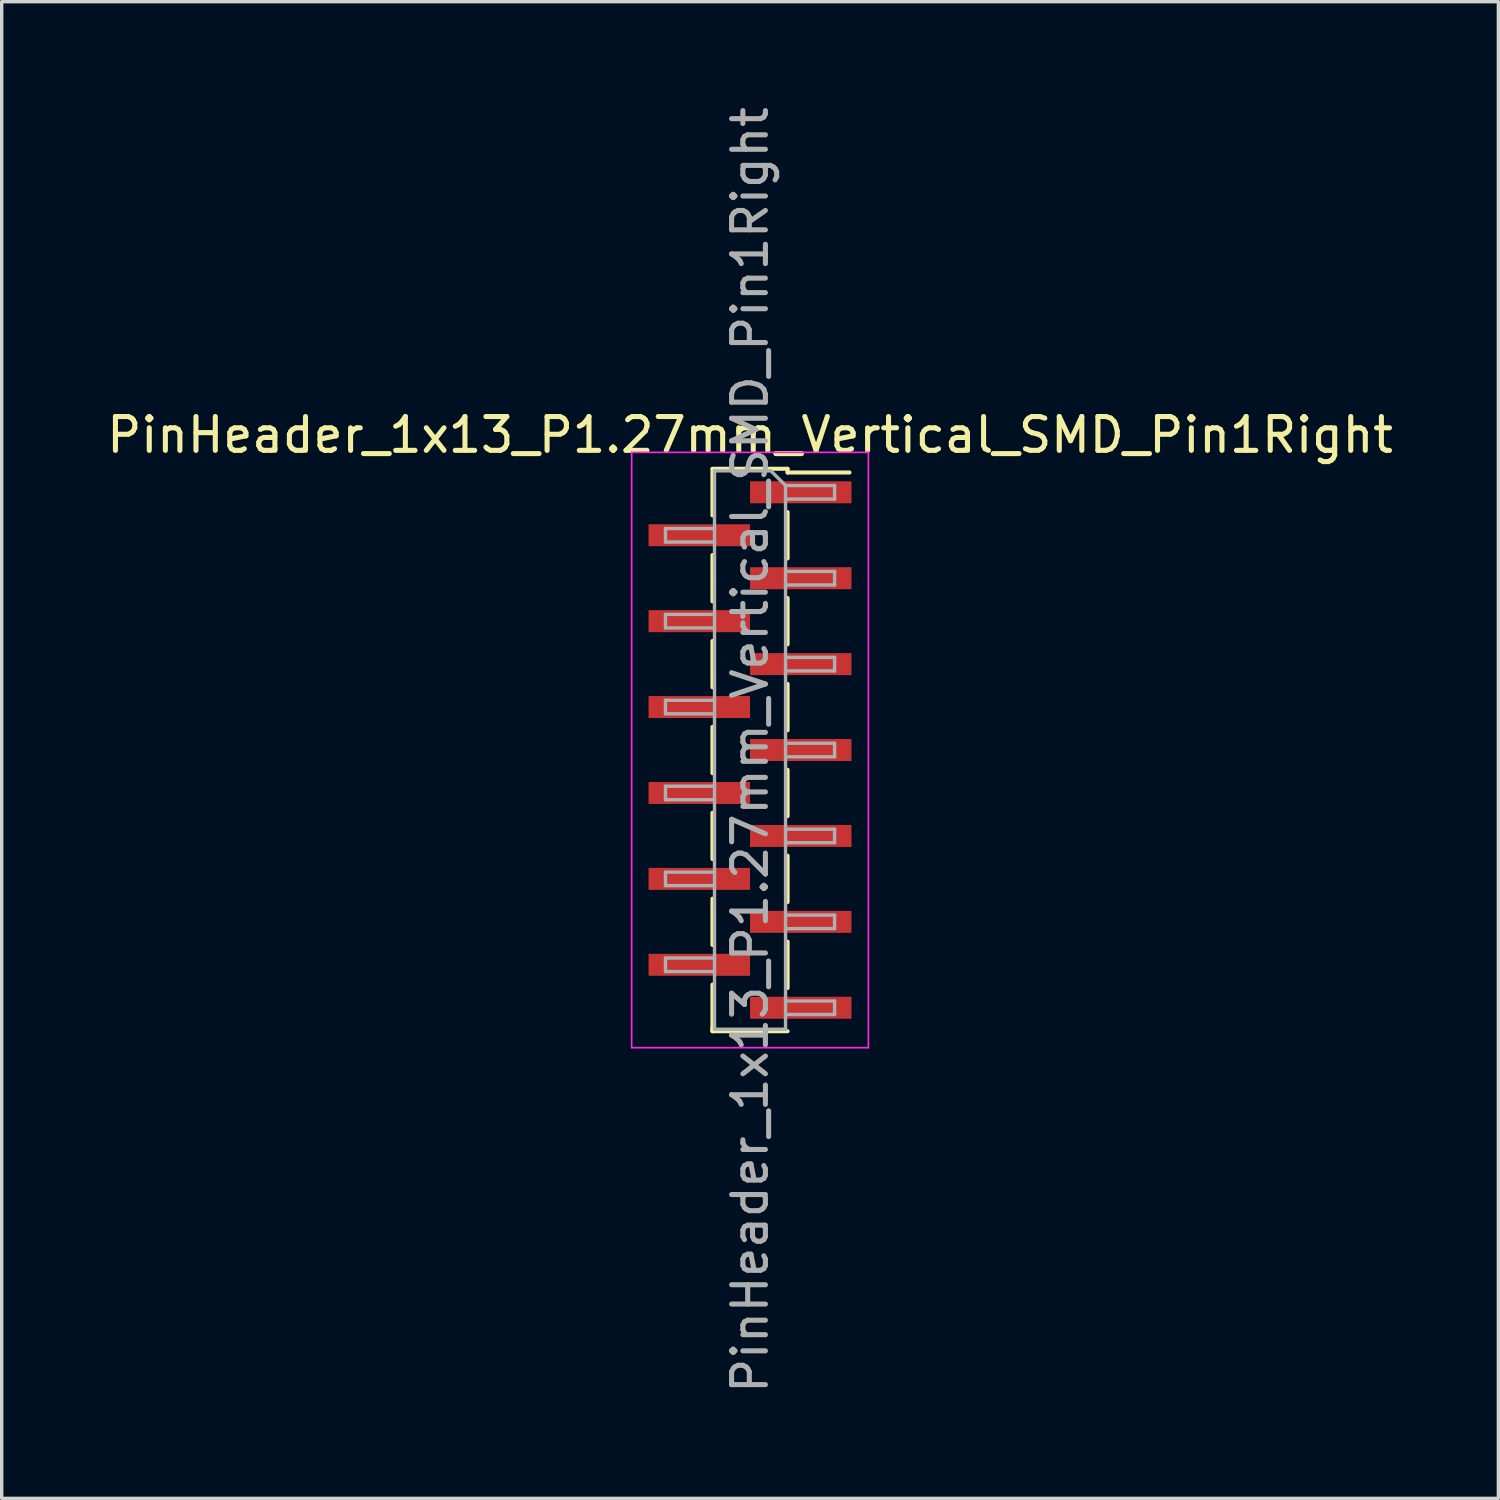
<source format=kicad_pcb>
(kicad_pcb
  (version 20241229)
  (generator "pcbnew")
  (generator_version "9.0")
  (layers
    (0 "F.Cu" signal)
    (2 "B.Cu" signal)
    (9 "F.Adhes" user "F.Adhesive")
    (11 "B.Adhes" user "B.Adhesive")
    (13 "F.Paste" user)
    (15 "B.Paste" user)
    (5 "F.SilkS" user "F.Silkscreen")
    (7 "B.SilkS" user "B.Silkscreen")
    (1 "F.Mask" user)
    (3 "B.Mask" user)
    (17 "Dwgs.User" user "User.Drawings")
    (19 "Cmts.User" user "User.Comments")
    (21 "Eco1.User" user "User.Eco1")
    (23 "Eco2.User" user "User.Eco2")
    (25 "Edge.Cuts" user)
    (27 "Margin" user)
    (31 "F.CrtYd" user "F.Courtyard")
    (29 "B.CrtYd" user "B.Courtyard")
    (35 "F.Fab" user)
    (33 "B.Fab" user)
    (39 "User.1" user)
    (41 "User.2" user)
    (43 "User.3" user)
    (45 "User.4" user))
  (footprint "PinHeader_1x13_P1.27mm_Vertical_SMD_Pin1Right"
    (layer "F.Cu")
    (at 19.125 19.125)
    (property "Reference" "PinHeader_1x13_P1.27mm_Vertical_SMD_Pin1Right" (at 0 -9.315 0) (layer "F.SilkS") (effects (font (size 1 1) (thickness 0.15))))
    (attr smd)
    (fp_line (start -1.11 -8.315) (end 1.11 -8.315) (stroke (width 0.12) (type solid)) (layer "F.SilkS"))
    (fp_line (start -1.11 -8.305) (end -1.11 -6.935) (stroke (width 0.12) (type solid)) (layer "F.SilkS"))
    (fp_line (start -1.11 -5.765) (end -1.11 -4.395) (stroke (width 0.12) (type solid)) (layer "F.SilkS"))
    (fp_line (start -1.11 -3.225) (end -1.11 -1.855) (stroke (width 0.12) (type solid)) (layer "F.SilkS"))
    (fp_line (start -1.11 -0.685) (end -1.11 0.685) (stroke (width 0.12) (type solid)) (layer "F.SilkS"))
    (fp_line (start -1.11 1.855) (end -1.11 3.225) (stroke (width 0.12) (type solid)) (layer "F.SilkS"))
    (fp_line (start -1.11 4.395) (end -1.11 5.765) (stroke (width 0.12) (type solid)) (layer "F.SilkS"))
    (fp_line (start -1.11 6.935) (end -1.11 8.305) (stroke (width 0.12) (type solid)) (layer "F.SilkS"))
    (fp_line (start -1.11 8.205) (end -1.11 8.315) (stroke (width 0.12) (type solid)) (layer "F.SilkS"))
    (fp_line (start -1.11 8.315) (end 1.11 8.315) (stroke (width 0.12) (type solid)) (layer "F.SilkS"))
    (fp_line (start 1.11 -8.315) (end 1.11 -8.205) (stroke (width 0.12) (type solid)) (layer "F.SilkS"))
    (fp_line (start 1.11 -8.205) (end 2.94 -8.205) (stroke (width 0.12) (type solid)) (layer "F.SilkS"))
    (fp_line (start 1.11 -7.035) (end 1.11 -5.665) (stroke (width 0.12) (type solid)) (layer "F.SilkS"))
    (fp_line (start 1.11 -4.495) (end 1.11 -3.125) (stroke (width 0.12) (type solid)) (layer "F.SilkS"))
    (fp_line (start 1.11 -1.955) (end 1.11 -0.585) (stroke (width 0.12) (type solid)) (layer "F.SilkS"))
    (fp_line (start 1.11 0.585) (end 1.11 1.955) (stroke (width 0.12) (type solid)) (layer "F.SilkS"))
    (fp_line (start 1.11 3.125) (end 1.11 4.495) (stroke (width 0.12) (type solid)) (layer "F.SilkS"))
    (fp_line (start 1.11 5.665) (end 1.11 7.035) (stroke (width 0.12) (type solid)) (layer "F.SilkS"))
    (fp_line (start -3.5 -8.8) (end -3.5 8.8) (stroke (width 0.05) (type solid)) (layer "F.CrtYd"))
    (fp_line (start -3.5 8.8) (end 3.5 8.8) (stroke (width 0.05) (type solid)) (layer "F.CrtYd"))
    (fp_line (start 3.5 -8.8) (end -3.5 -8.8) (stroke (width 0.05) (type solid)) (layer "F.CrtYd"))
    (fp_line (start 3.5 8.8) (end 3.5 -8.8) (stroke (width 0.05) (type solid)) (layer "F.CrtYd"))
    (fp_line (start -2.5 -6.55) (end -2.5 -6.15) (stroke (width 0.1) (type solid)) (layer "F.Fab"))
    (fp_line (start -2.5 -6.15) (end -1.05 -6.15) (stroke (width 0.1) (type solid)) (layer "F.Fab"))
    (fp_line (start -2.5 -4.01) (end -2.5 -3.61) (stroke (width 0.1) (type solid)) (layer "F.Fab"))
    (fp_line (start -2.5 -3.61) (end -1.05 -3.61) (stroke (width 0.1) (type solid)) (layer "F.Fab"))
    (fp_line (start -2.5 -1.47) (end -2.5 -1.07) (stroke (width 0.1) (type solid)) (layer "F.Fab"))
    (fp_line (start -2.5 -1.07) (end -1.05 -1.07) (stroke (width 0.1) (type solid)) (layer "F.Fab"))
    (fp_line (start -2.5 1.07) (end -2.5 1.47) (stroke (width 0.1) (type solid)) (layer "F.Fab"))
    (fp_line (start -2.5 1.47) (end -1.05 1.47) (stroke (width 0.1) (type solid)) (layer "F.Fab"))
    (fp_line (start -2.5 3.61) (end -2.5 4.01) (stroke (width 0.1) (type solid)) (layer "F.Fab"))
    (fp_line (start -2.5 4.01) (end -1.05 4.01) (stroke (width 0.1) (type solid)) (layer "F.Fab"))
    (fp_line (start -2.5 6.15) (end -2.5 6.55) (stroke (width 0.1) (type solid)) (layer "F.Fab"))
    (fp_line (start -2.5 6.55) (end -1.05 6.55) (stroke (width 0.1) (type solid)) (layer "F.Fab"))
    (fp_line (start -1.05 -8.255) (end -1.05 8.255) (stroke (width 0.1) (type solid)) (layer "F.Fab"))
    (fp_line (start -1.05 -8.255) (end 0.615 -8.255) (stroke (width 0.1) (type solid)) (layer "F.Fab"))
    (fp_line (start -1.05 -6.55) (end -2.5 -6.55) (stroke (width 0.1) (type solid)) (layer "F.Fab"))
    (fp_line (start -1.05 -4.01) (end -2.5 -4.01) (stroke (width 0.1) (type solid)) (layer "F.Fab"))
    (fp_line (start -1.05 -1.47) (end -2.5 -1.47) (stroke (width 0.1) (type solid)) (layer "F.Fab"))
    (fp_line (start -1.05 1.07) (end -2.5 1.07) (stroke (width 0.1) (type solid)) (layer "F.Fab"))
    (fp_line (start -1.05 3.61) (end -2.5 3.61) (stroke (width 0.1) (type solid)) (layer "F.Fab"))
    (fp_line (start -1.05 6.15) (end -2.5 6.15) (stroke (width 0.1) (type solid)) (layer "F.Fab"))
    (fp_line (start 1.05 -7.82) (end 0.615 -8.255) (stroke (width 0.1) (type solid)) (layer "F.Fab"))
    (fp_line (start 1.05 -7.82) (end 2.5 -7.82) (stroke (width 0.1) (type solid)) (layer "F.Fab"))
    (fp_line (start 1.05 -5.28) (end 2.5 -5.28) (stroke (width 0.1) (type solid)) (layer "F.Fab"))
    (fp_line (start 1.05 -2.74) (end 2.5 -2.74) (stroke (width 0.1) (type solid)) (layer "F.Fab"))
    (fp_line (start 1.05 -0.2) (end 2.5 -0.2) (stroke (width 0.1) (type solid)) (layer "F.Fab"))
    (fp_line (start 1.05 2.34) (end 2.5 2.34) (stroke (width 0.1) (type solid)) (layer "F.Fab"))
    (fp_line (start 1.05 4.88) (end 2.5 4.88) (stroke (width 0.1) (type solid)) (layer "F.Fab"))
    (fp_line (start 1.05 7.42) (end 2.5 7.42) (stroke (width 0.1) (type solid)) (layer "F.Fab"))
    (fp_line (start 1.05 8.255) (end -1.05 8.255) (stroke (width 0.1) (type solid)) (layer "F.Fab"))
    (fp_line (start 1.05 8.255) (end 1.05 -7.82) (stroke (width 0.1) (type solid)) (layer "F.Fab"))
    (fp_line (start 2.5 -7.82) (end 2.5 -7.42) (stroke (width 0.1) (type solid)) (layer "F.Fab"))
    (fp_line (start 2.5 -7.42) (end 1.05 -7.42) (stroke (width 0.1) (type solid)) (layer "F.Fab"))
    (fp_line (start 2.5 -5.28) (end 2.5 -4.88) (stroke (width 0.1) (type solid)) (layer "F.Fab"))
    (fp_line (start 2.5 -4.88) (end 1.05 -4.88) (stroke (width 0.1) (type solid)) (layer "F.Fab"))
    (fp_line (start 2.5 -2.74) (end 2.5 -2.34) (stroke (width 0.1) (type solid)) (layer "F.Fab"))
    (fp_line (start 2.5 -2.34) (end 1.05 -2.34) (stroke (width 0.1) (type solid)) (layer "F.Fab"))
    (fp_line (start 2.5 -0.2) (end 2.5 0.2) (stroke (width 0.1) (type solid)) (layer "F.Fab"))
    (fp_line (start 2.5 0.2) (end 1.05 0.2) (stroke (width 0.1) (type solid)) (layer "F.Fab"))
    (fp_line (start 2.5 2.34) (end 2.5 2.74) (stroke (width 0.1) (type solid)) (layer "F.Fab"))
    (fp_line (start 2.5 2.74) (end 1.05 2.74) (stroke (width 0.1) (type solid)) (layer "F.Fab"))
    (fp_line (start 2.5 4.88) (end 2.5 5.28) (stroke (width 0.1) (type solid)) (layer "F.Fab"))
    (fp_line (start 2.5 5.28) (end 1.05 5.28) (stroke (width 0.1) (type solid)) (layer "F.Fab"))
    (fp_line (start 2.5 7.42) (end 2.5 7.82) (stroke (width 0.1) (type solid)) (layer "F.Fab"))
    (fp_line (start 2.5 7.82) (end 1.05 7.82) (stroke (width 0.1) (type solid)) (layer "F.Fab"))
    (fp_text user "${REFERENCE}" (at 0 0 90) (layer "F.Fab") (effects (font (size 1 1) (thickness 0.15))))
    (pad "1" smd rect (at 1.5 -7.62) (size 3 0.65) (layers "F.Cu" "F.Mask" "F.Paste"))
    (pad "2" smd rect (at -1.5 -6.35) (size 3 0.65) (layers "F.Cu" "F.Mask" "F.Paste"))
    (pad "3" smd rect (at 1.5 -5.08) (size 3 0.65) (layers "F.Cu" "F.Mask" "F.Paste"))
    (pad "4" smd rect (at -1.5 -3.81) (size 3 0.65) (layers "F.Cu" "F.Mask" "F.Paste"))
    (pad "5" smd rect (at 1.5 -2.54) (size 3 0.65) (layers "F.Cu" "F.Mask" "F.Paste"))
    (pad "6" smd rect (at -1.5 -1.27) (size 3 0.65) (layers "F.Cu" "F.Mask" "F.Paste"))
    (pad "7" smd rect (at 1.5 0) (size 3 0.65) (layers "F.Cu" "F.Mask" "F.Paste"))
    (pad "8" smd rect (at -1.5 1.27) (size 3 0.65) (layers "F.Cu" "F.Mask" "F.Paste"))
    (pad "9" smd rect (at 1.5 2.54) (size 3 0.65) (layers "F.Cu" "F.Mask" "F.Paste"))
    (pad "10" smd rect (at -1.5 3.81) (size 3 0.65) (layers "F.Cu" "F.Mask" "F.Paste"))
    (pad "11" smd rect (at 1.5 5.08) (size 3 0.65) (layers "F.Cu" "F.Mask" "F.Paste"))
    (pad "12" smd rect (at -1.5 6.35) (size 3 0.65) (layers "F.Cu" "F.Mask" "F.Paste"))
    (pad "13" smd rect (at 1.5 7.62) (size 3 0.65) (layers "F.Cu" "F.Mask" "F.Paste")))
  (gr_rect
    (start -3 -3)
    (end 41.25 41.25)
    (stroke (width 0.1) (type default))
    (fill no)
    (layer "Edge.Cuts")))
</source>
